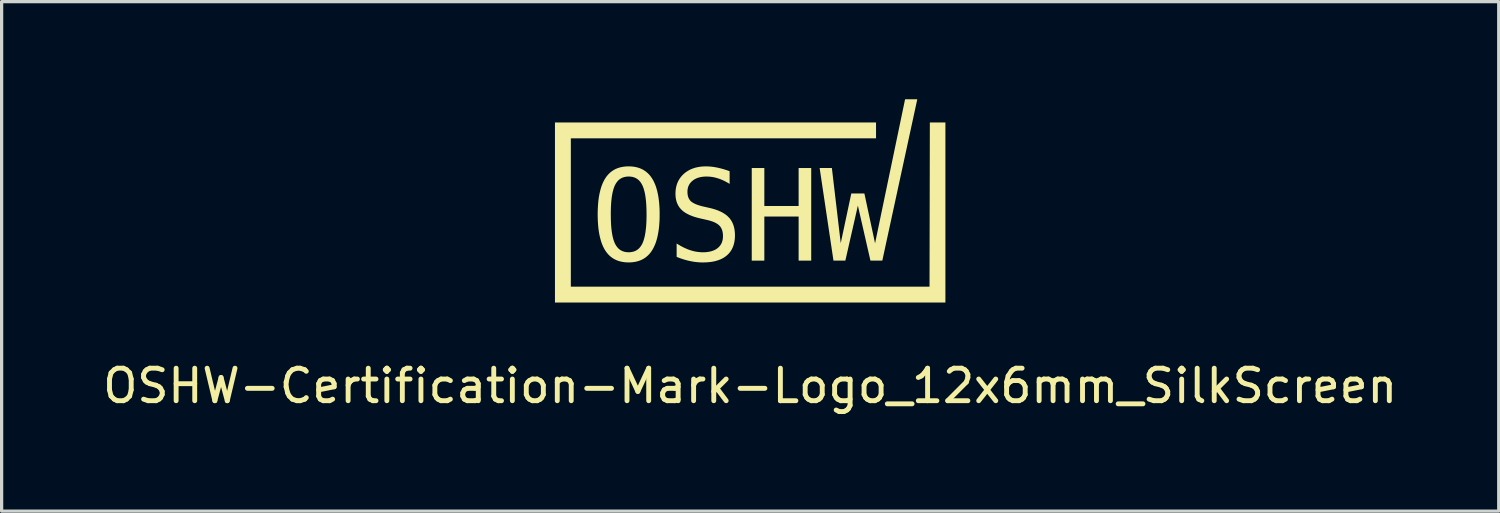
<source format=kicad_pcb>
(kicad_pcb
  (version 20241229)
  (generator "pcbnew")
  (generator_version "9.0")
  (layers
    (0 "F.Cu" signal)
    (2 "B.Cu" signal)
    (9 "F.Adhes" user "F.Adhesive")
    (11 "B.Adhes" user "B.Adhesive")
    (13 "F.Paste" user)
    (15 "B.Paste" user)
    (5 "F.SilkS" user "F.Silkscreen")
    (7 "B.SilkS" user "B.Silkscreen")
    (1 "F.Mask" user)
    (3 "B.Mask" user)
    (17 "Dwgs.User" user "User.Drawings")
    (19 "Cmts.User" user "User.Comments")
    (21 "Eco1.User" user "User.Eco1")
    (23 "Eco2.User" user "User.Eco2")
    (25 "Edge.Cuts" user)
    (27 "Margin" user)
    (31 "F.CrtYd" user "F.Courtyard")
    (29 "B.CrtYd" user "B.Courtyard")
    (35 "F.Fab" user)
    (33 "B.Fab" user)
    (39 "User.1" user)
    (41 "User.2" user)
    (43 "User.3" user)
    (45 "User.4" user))
  (footprint "OSHW-Certification-Mark-Logo_12x6mm_SilkScreen"
    (layer "F.Cu")
    (at 20.006 3.111)
    (property "Reference" "OSHW-Certification-Mark-Logo_12x6mm_SilkScreen" (at 0 5.7 0) (unlocked yes) (layer "F.SilkS") (effects (font (size 1 1) (thickness 0.15))))
    (attr board_only exclude_from_pos_files exclude_from_bom allow_missing_courtyard)
    (fp_poly (pts (xy -2.783 0.429) (xy -2.783 0.429) (xy -2.783 0.429)) (stroke (width 0) (type solid)) (fill yes) (layer "F.SilkS"))
    (fp_poly (pts (xy 6 3.137) (xy -6 3.137) (xy -6 -2.398) (xy -6 -2.398) (xy 3.868 -2.398) (xy 3.868 -1.91) (xy -5.512 -1.91) (xy -5.512 2.649) (xy 5.512 2.649) (xy 5.522 -2.398) (xy 6 -2.398)) (stroke (width 0) (type solid)) (fill yes) (layer "F.SilkS"))
    (fp_poly (pts (xy 0.435 0.17) (xy 1.489 0.17) (xy 1.489 -0.997) (xy 1.876 -0.997) (xy 1.876 1.849) (xy 1.489 1.849) (xy 1.489 0.494) (xy 0.435 0.494) (xy 0.435 1.849) (xy 0.048 1.849) (xy 0.048 -0.997) (xy 0.435 -0.997)) (stroke (width 0) (type solid)) (fill yes) (layer "F.SilkS"))
    (fp_poly (pts (xy 4.061 1.849) (xy 3.696 1.849) (xy 3.31 0.158) (xy 2.925 1.849) (xy 2.56 1.849) (xy 2.135 -0.997) (xy 2.511 -0.997) (xy 2.783 1.313) (xy 3.108 -0.215) (xy 3.51 -0.215) (xy 3.838 1.317) (xy 4.761 -3.111) (xy 5.136 -3.111)) (stroke (width 0) (type solid)) (fill yes) (layer "F.SilkS"))
    (fp_poly (pts (xy -3.676 -1.047) (xy -3.619 -1.042) (xy -3.563 -1.035) (xy -3.51 -1.025) (xy -3.458 -1.012) (xy -3.409 -0.997) (xy -3.361 -0.978) (xy -3.315 -0.957) (xy -3.271 -0.932) (xy -3.23 -0.905) (xy -3.19 -0.875) (xy -3.152 -0.842) (xy -3.116 -0.807) (xy -3.081 -0.768) (xy -3.049 -0.727) (xy -3.019 -0.682) (xy -2.99 -0.635) (xy -2.963 -0.585) (xy -2.939 -0.532) (xy -2.915 -0.476) (xy -2.894 -0.416) (xy -2.875 -0.354) (xy -2.857 -0.289) (xy -2.842 -0.221) (xy -2.828 -0.151) (xy -2.816 -0.077) (xy -2.806 0.0002) (xy -2.797 0.08) (xy -2.791 0.163) (xy -2.786 0.249) (xy -2.783 0.337) (xy -2.783 0.429) (xy -2.783 0.52) (xy -2.786 0.609) (xy -2.791 0.694) (xy -2.797 0.777) (xy -2.806 0.857) (xy -2.816 0.933) (xy -2.828 1.007) (xy -2.842 1.078) (xy -2.857 1.146) (xy -2.875 1.211) (xy -2.894 1.273) (xy -2.915 1.332) (xy -2.939 1.388) (xy -2.963 1.441) (xy -2.99 1.491) (xy -3.019 1.538) (xy -3.034 1.561) (xy -3.049 1.583) (xy -3.065 1.604) (xy -3.081 1.624) (xy -3.098 1.644) (xy -3.116 1.663) (xy -3.133 1.681) (xy -3.152 1.698) (xy -3.17 1.715) (xy -3.19 1.731) (xy -3.209 1.747) (xy -3.23 1.761) (xy -3.25 1.775) (xy -3.271 1.788) (xy -3.293 1.801) (xy -3.315 1.813) (xy -3.338 1.824) (xy -3.361 1.834) (xy -3.385 1.844) (xy -3.409 1.853) (xy -3.433 1.861) (xy -3.458 1.868) (xy -3.484 1.875) (xy -3.51 1.881) (xy -3.536 1.887) (xy -3.563 1.891) (xy -3.619 1.898) (xy -3.676 1.903) (xy -3.736 1.904) (xy -3.795 1.903) (xy -3.852 1.899) (xy -3.908 1.891) (xy -3.961 1.881) (xy -4.013 1.869) (xy -4.062 1.853) (xy -4.11 1.835) (xy -4.156 1.813) (xy -4.2 1.789) (xy -4.242 1.762) (xy -4.282 1.732) (xy -4.32 1.699) (xy -4.356 1.664) (xy -4.39 1.625) (xy -4.422 1.584) (xy -4.452 1.54) (xy -4.481 1.493) (xy -4.507 1.443) (xy -4.532 1.39) (xy -4.555 1.334) (xy -4.576 1.275) (xy -4.595 1.213) (xy -4.612 1.148) (xy -4.628 1.08) (xy -4.642 1.009) (xy -4.654 0.935) (xy -4.664 0.858) (xy -4.672 0.779) (xy -4.678 0.696) (xy -4.683 0.61) (xy -4.686 0.521) (xy -4.687 0.429) (xy -4.284 0.429) (xy -4.282 0.58) (xy -4.277 0.719) (xy -4.267 0.848) (xy -4.253 0.965) (xy -4.244 1.019) (xy -4.235 1.071) (xy -4.224 1.12) (xy -4.213 1.166) (xy -4.2 1.21) (xy -4.187 1.25) (xy -4.172 1.288) (xy -4.157 1.323) (xy -4.14 1.355) (xy -4.131 1.371) (xy -4.122 1.386) (xy -4.112 1.4) (xy -4.102 1.414) (xy -4.092 1.428) (xy -4.082 1.44) (xy -4.071 1.453) (xy -4.06 1.465) (xy -4.049 1.476) (xy -4.037 1.487) (xy -4.025 1.497) (xy -4.012 1.507) (xy -4 1.516) (xy -3.987 1.524) (xy -3.973 1.533) (xy -3.96 1.54) (xy -3.946 1.547) (xy -3.931 1.554) (xy -3.917 1.56) (xy -3.902 1.565) (xy -3.887 1.57) (xy -3.871 1.575) (xy -3.855 1.579) (xy -3.839 1.582) (xy -3.823 1.585) (xy -3.806 1.587) (xy -3.789 1.589) (xy -3.771 1.591) (xy -3.736 1.592) (xy -3.7 1.591) (xy -3.665 1.587) (xy -3.631 1.582) (xy -3.599 1.575) (xy -3.568 1.566) (xy -3.539 1.554) (xy -3.51 1.541) (xy -3.483 1.525) (xy -3.458 1.507) (xy -3.433 1.487) (xy -3.41 1.465) (xy -3.389 1.441) (xy -3.368 1.415) (xy -3.349 1.387) (xy -3.331 1.357) (xy -3.314 1.325) (xy -3.299 1.29) (xy -3.284 1.252) (xy -3.27 1.211) (xy -3.258 1.168) (xy -3.246 1.122) (xy -3.235 1.073) (xy -3.226 1.021) (xy -3.217 0.966) (xy -3.21 0.909) (xy -3.203 0.849) (xy -3.197 0.786) (xy -3.193 0.72) (xy -3.189 0.651) (xy -3.187 0.58) (xy -3.185 0.506) (xy -3.185 0.429) (xy -3.187 0.278) (xy -3.193 0.138) (xy -3.203 0.009) (xy -3.217 -0.109) (xy -3.226 -0.163) (xy -3.235 -0.215) (xy -3.246 -0.264) (xy -3.258 -0.31) (xy -3.27 -0.354) (xy -3.284 -0.394) (xy -3.299 -0.432) (xy -3.314 -0.467) (xy -3.331 -0.499) (xy -3.34 -0.515) (xy -3.349 -0.53) (xy -3.358 -0.544) (xy -3.368 -0.558) (xy -3.378 -0.572) (xy -3.389 -0.584) (xy -3.399 -0.597) (xy -3.41 -0.609) (xy -3.422 -0.62) (xy -3.433 -0.631) (xy -3.445 -0.641) (xy -3.458 -0.651) (xy -3.47 -0.66) (xy -3.483 -0.668) (xy -3.497 -0.677) (xy -3.51 -0.684) (xy -3.524 -0.691) (xy -3.539 -0.698) (xy -3.553 -0.704) (xy -3.568 -0.709) (xy -3.584 -0.714) (xy -3.599 -0.719) (xy -3.615 -0.723) (xy -3.631 -0.726) (xy -3.648 -0.729) (xy -3.665 -0.731) (xy -3.682 -0.733) (xy -3.7 -0.735) (xy -3.736 -0.736) (xy -3.771 -0.735) (xy -3.806 -0.731) (xy -3.839 -0.726) (xy -3.871 -0.719) (xy -3.902 -0.709) (xy -3.931 -0.698) (xy -3.96 -0.684) (xy -3.987 -0.668) (xy -4.012 -0.651) (xy -4.037 -0.631) (xy -4.06 -0.609) (xy -4.082 -0.584) (xy -4.102 -0.558) (xy -4.122 -0.53) (xy -4.14 -0.499) (xy -4.157 -0.467) (xy -4.172 -0.432) (xy -4.187 -0.394) (xy -4.2 -0.354) (xy -4.213 -0.31) (xy -4.224 -0.264) (xy -4.235 -0.215) (xy -4.244 -0.163) (xy -4.253 -0.109) (xy -4.26 -0.051) (xy -4.267 0.009) (xy -4.272 0.072) (xy -4.277 0.138) (xy -4.28 0.206) (xy -4.282 0.278) (xy -4.284 0.352) (xy -4.284 0.429) (xy -4.687 0.429) (xy -4.686 0.337) (xy -4.683 0.249) (xy -4.678 0.163) (xy -4.672 0.08) (xy -4.664 0.0002) (xy -4.654 -0.077) (xy -4.642 -0.151) (xy -4.628 -0.221) (xy -4.612 -0.289) (xy -4.595 -0.354) (xy -4.576 -0.416) (xy -4.555 -0.476) (xy -4.532 -0.532) (xy -4.507 -0.585) (xy -4.481 -0.635) (xy -4.452 -0.682) (xy -4.437 -0.705) (xy -4.422 -0.727) (xy -4.406 -0.748) (xy -4.389 -0.768) (xy -4.372 -0.788) (xy -4.355 -0.807) (xy -4.337 -0.825) (xy -4.319 -0.842) (xy -4.3 -0.859) (xy -4.281 -0.875) (xy -4.261 -0.891) (xy -4.241 -0.905) (xy -4.22 -0.919) (xy -4.199 -0.932) (xy -4.177 -0.945) (xy -4.155 -0.957) (xy -4.132 -0.968) (xy -4.109 -0.978) (xy -4.086 -0.988) (xy -4.061 -0.997) (xy -4.037 -1.005) (xy -4.012 -1.012) (xy -3.986 -1.019) (xy -3.96 -1.025) (xy -3.907 -1.035) (xy -3.852 -1.042) (xy -3.795 -1.047) (xy -3.736 -1.048)) (stroke (width 0) (type solid)) (fill yes) (layer "F.SilkS"))
    (fp_poly (pts (xy -1.317 -1.047) (xy -1.275 -1.045) (xy -1.233 -1.042) (xy -1.19 -1.038) (xy -1.147 -1.033) (xy -1.103 -1.026) (xy -1.058 -1.019) (xy -1.013 -1.01) (xy -0.968 -1) (xy -0.921 -0.989) (xy -0.875 -0.977) (xy -0.827 -0.964) (xy -0.779 -0.949) (xy -0.731 -0.934) (xy -0.682 -0.917) (xy -0.632 -0.899) (xy -0.632 -0.508) (xy -0.676 -0.536) (xy -0.72 -0.561) (xy -0.764 -0.585) (xy -0.808 -0.607) (xy -0.852 -0.627) (xy -0.896 -0.646) (xy -0.94 -0.663) (xy -0.985 -0.678) (xy -1.028 -0.691) (xy -1.073 -0.703) (xy -1.117 -0.713) (xy -1.161 -0.721) (xy -1.205 -0.727) (xy -1.25 -0.732) (xy -1.294 -0.734) (xy -1.339 -0.735) (xy -1.373 -0.735) (xy -1.405 -0.733) (xy -1.437 -0.731) (xy -1.468 -0.727) (xy -1.498 -0.723) (xy -1.527 -0.717) (xy -1.556 -0.711) (xy -1.583 -0.703) (xy -1.61 -0.695) (xy -1.635 -0.685) (xy -1.66 -0.675) (xy -1.684 -0.663) (xy -1.707 -0.651) (xy -1.729 -0.637) (xy -1.75 -0.623) (xy -1.77 -0.607) (xy -1.789 -0.591) (xy -1.807 -0.575) (xy -1.824 -0.557) (xy -1.839 -0.539) (xy -1.853 -0.52) (xy -1.866 -0.5) (xy -1.878 -0.48) (xy -1.889 -0.459) (xy -1.898 -0.438) (xy -1.906 -0.415) (xy -1.913 -0.392) (xy -1.918 -0.368) (xy -1.923 -0.344) (xy -1.926 -0.319) (xy -1.927 -0.293) (xy -1.928 -0.266) (xy -1.928 -0.243) (xy -1.926 -0.22) (xy -1.924 -0.199) (xy -1.922 -0.178) (xy -1.918 -0.157) (xy -1.914 -0.137) (xy -1.908 -0.118) (xy -1.902 -0.1) (xy -1.896 -0.082) (xy -1.888 -0.065) (xy -1.879 -0.049) (xy -1.87 -0.034) (xy -1.86 -0.019) (xy -1.849 -0.005) (xy -1.838 0.009) (xy -1.825 0.022) (xy -1.811 0.034) (xy -1.796 0.046) (xy -1.78 0.058) (xy -1.762 0.069) (xy -1.742 0.08) (xy -1.721 0.091) (xy -1.699 0.102) (xy -1.676 0.113) (xy -1.651 0.123) (xy -1.624 0.133) (xy -1.596 0.143) (xy -1.567 0.152) (xy -1.537 0.161) (xy -1.505 0.17) (xy -1.471 0.179) (xy -1.436 0.187) (xy -1.234 0.233) (xy -1.185 0.245) (xy -1.138 0.258) (xy -1.092 0.272) (xy -1.048 0.286) (xy -1.005 0.302) (xy -0.965 0.318) (xy -0.926 0.335) (xy -0.888 0.353) (xy -0.853 0.372) (xy -0.819 0.392) (xy -0.787 0.412) (xy -0.756 0.433) (xy -0.727 0.455) (xy -0.7 0.478) (xy -0.675 0.502) (xy -0.651 0.527) (xy -0.629 0.552) (xy -0.608 0.579) (xy -0.589 0.607) (xy -0.571 0.636) (xy -0.555 0.666) (xy -0.54 0.697) (xy -0.526 0.729) (xy -0.514 0.763) (xy -0.503 0.798) (xy -0.494 0.833) (xy -0.486 0.87) (xy -0.48 0.908) (xy -0.475 0.947) (xy -0.471 0.988) (xy -0.469 1.029) (xy -0.468 1.072) (xy -0.469 1.122) (xy -0.472 1.17) (xy -0.477 1.217) (xy -0.484 1.263) (xy -0.493 1.307) (xy -0.503 1.349) (xy -0.516 1.39) (xy -0.531 1.43) (xy -0.548 1.468) (xy -0.566 1.504) (xy -0.587 1.539) (xy -0.61 1.572) (xy -0.634 1.604) (xy -0.661 1.635) (xy -0.689 1.664) (xy -0.72 1.691) (xy -0.752 1.717) (xy -0.786 1.741) (xy -0.822 1.764) (xy -0.86 1.785) (xy -0.899 1.804) (xy -0.941 1.821) (xy -0.984 1.837) (xy -1.028 1.851) (xy -1.075 1.864) (xy -1.124 1.875) (xy -1.174 1.884) (xy -1.226 1.891) (xy -1.28 1.897) (xy -1.335 1.901) (xy -1.392 1.904) (xy -1.452 1.905) (xy -1.502 1.904) (xy -1.552 1.902) (xy -1.602 1.899) (xy -1.652 1.894) (xy -1.702 1.888) (xy -1.753 1.88) (xy -1.803 1.871) (xy -1.854 1.861) (xy -1.904 1.85) (xy -1.955 1.837) (xy -2.006 1.823) (xy -2.056 1.808) (xy -2.107 1.791) (xy -2.158 1.773) (xy -2.209 1.754) (xy -2.26 1.733) (xy -2.26 1.323) (xy -2.205 1.357) (xy -2.152 1.388) (xy -2.099 1.417) (xy -2.047 1.444) (xy -1.995 1.468) (xy -1.945 1.49) (xy -1.895 1.51) (xy -1.846 1.527) (xy -1.797 1.542) (xy -1.748 1.556) (xy -1.699 1.567) (xy -1.649 1.576) (xy -1.6 1.583) (xy -1.551 1.588) (xy -1.501 1.591) (xy -1.452 1.592) (xy -1.416 1.592) (xy -1.381 1.59) (xy -1.347 1.588) (xy -1.314 1.584) (xy -1.282 1.579) (xy -1.251 1.574) (xy -1.221 1.567) (xy -1.192 1.56) (xy -1.165 1.551) (xy -1.138 1.541) (xy -1.112 1.531) (xy -1.087 1.519) (xy -1.063 1.507) (xy -1.04 1.493) (xy -1.019 1.478) (xy -0.998 1.462) (xy -0.978 1.446) (xy -0.96 1.428) (xy -0.943 1.41) (xy -0.927 1.39) (xy -0.913 1.37) (xy -0.899 1.349) (xy -0.887 1.328) (xy -0.876 1.305) (xy -0.867 1.282) (xy -0.859 1.258) (xy -0.852 1.233) (xy -0.846 1.207) (xy -0.842 1.181) (xy -0.838 1.154) (xy -0.837 1.125) (xy -0.836 1.097) (xy -0.836 1.07) (xy -0.838 1.045) (xy -0.84 1.02) (xy -0.843 0.996) (xy -0.847 0.973) (xy -0.852 0.951) (xy -0.857 0.929) (xy -0.864 0.908) (xy -0.872 0.888) (xy -0.88 0.869) (xy -0.889 0.851) (xy -0.899 0.833) (xy -0.91 0.816) (xy -0.922 0.8) (xy -0.935 0.785) (xy -0.948 0.771) (xy -0.963 0.757) (xy -0.979 0.743) (xy -0.996 0.73) (xy -1.014 0.718) (xy -1.034 0.705) (xy -1.055 0.694) (xy -1.077 0.682) (xy -1.1 0.671) (xy -1.125 0.66) (xy -1.151 0.65) (xy -1.179 0.64) (xy -1.207 0.631) (xy -1.238 0.622) (xy -1.269 0.613) (xy -1.301 0.605) (xy -1.335 0.597) (xy -1.541 0.55) (xy -1.59 0.538) (xy -1.637 0.526) (xy -1.682 0.513) (xy -1.726 0.499) (xy -1.768 0.485) (xy -1.808 0.469) (xy -1.846 0.454) (xy -1.883 0.437) (xy -1.918 0.42) (xy -1.952 0.402) (xy -1.984 0.383) (xy -2.014 0.364) (xy -2.042 0.344) (xy -2.069 0.323) (xy -2.094 0.301) (xy -2.117 0.279) (xy -2.138 0.256) (xy -2.159 0.232) (xy -2.178 0.207) (xy -2.195 0.181) (xy -2.211 0.154) (xy -2.226 0.126) (xy -2.239 0.097) (xy -2.251 0.067) (xy -2.262 0.036) (xy -2.271 0.004) (xy -2.278 -0.029) (xy -2.285 -0.062) (xy -2.29 -0.097) (xy -2.293 -0.133) (xy -2.295 -0.17) (xy -2.296 -0.207) (xy -2.295 -0.254) (xy -2.292 -0.3) (xy -2.287 -0.345) (xy -2.28 -0.388) (xy -2.271 -0.431) (xy -2.26 -0.472) (xy -2.247 -0.512) (xy -2.232 -0.55) (xy -2.215 -0.588) (xy -2.196 -0.624) (xy -2.175 -0.659) (xy -2.152 -0.693) (xy -2.127 -0.726) (xy -2.1 -0.758) (xy -2.071 -0.788) (xy -2.041 -0.817) (xy -2.008 -0.845) (xy -1.974 -0.871) (xy -1.938 -0.895) (xy -1.901 -0.918) (xy -1.863 -0.939) (xy -1.824 -0.958) (xy -1.783 -0.975) (xy -1.741 -0.99) (xy -1.698 -1.004) (xy -1.653 -1.015) (xy -1.607 -1.025) (xy -1.56 -1.033) (xy -1.512 -1.04) (xy -1.462 -1.044) (xy -1.411 -1.047) (xy -1.358 -1.048)) (stroke (width 0) (type solid)) (fill yes) (layer "F.SilkS")))
  (gr_rect
    (start -3 -3)
    (end 43.012 12.659)
    (stroke (width 0.1) (type default))
    (fill no)
    (layer "Edge.Cuts")))
</source>
